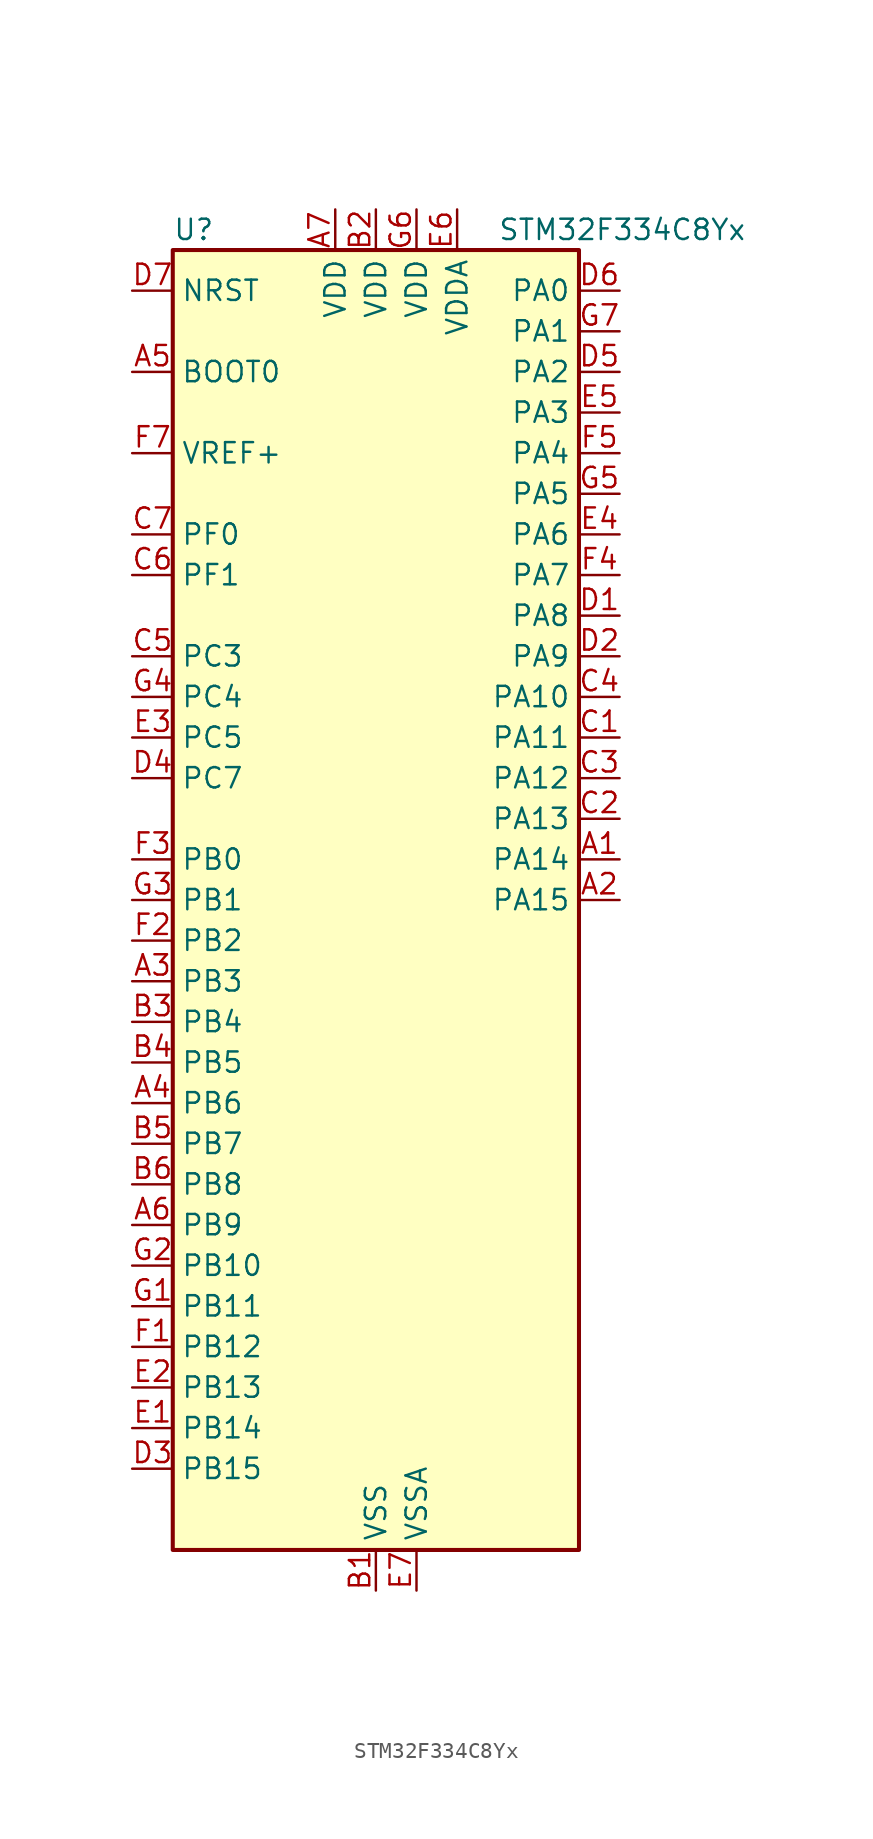
<source format=kicad_sym>
(kicad_symbol_lib
  (version 20220914)
  (generator kicad_symbol_editor)
  (symbol "STM32F334C8Yx"
    (property "Reference" "U"
      (at -12.7 41.91 0)
      (effects (font (size 1.27 1.27)) (justify left)))
    (property "Value" "STM32F334C8Yx"
      (at 7.62 41.91 0)
      (effects (font (size 1.27 1.27)) (justify left)))
    (property "ki_locked" ""
      (at 0 0 0)
      (effects (font (size 1.27 1.27))))
    (symbol "STM32F334C8Yx_0_1"
      (rectangle (start -12.7 -40.64) (end 12.7 40.64) (stroke (width 0.254) (type default)) (fill (type background))))
    (symbol "STM32F334C8Yx_1_1"
      (pin bidirectional line (at 15.24 2.54 180) (length 2.54) (name "PA14" (effects (font (size 1.27 1.27)))) (number "A1" (effects (font (size 1.27 1.27)))) (alternate "I2C1_SDA" bidirectional line) (alternate "SYS_JTCK-SWCLK" bidirectional line) (alternate "TIM1_BKIN" bidirectional line) (alternate "TSC_G4_IO4" bidirectional line) (alternate "USART2_TX" bidirectional line))
      (pin bidirectional line (at 15.24 0 180) (length 2.54) (name "PA15" (effects (font (size 1.27 1.27)))) (number "A2" (effects (font (size 1.27 1.27)))) (alternate "ADC1_EXTI15" bidirectional line) (alternate "ADC2_EXTI15" bidirectional line) (alternate "HRTIM1_FLT2" bidirectional line) (alternate "I2C1_SCL" bidirectional line) (alternate "SPI1_NSS" bidirectional line) (alternate "SYS_JTDI" bidirectional line) (alternate "TIM1_BKIN" bidirectional line) (alternate "TIM2_CH1" bidirectional line) (alternate "TIM2_ETR" bidirectional line) (alternate "TSC_SYNC" bidirectional line) (alternate "USART2_RX" bidirectional line))
      (pin bidirectional line (at -15.24 -5.08 0) (length 2.54) (name "PB3" (effects (font (size 1.27 1.27)))) (number "A3" (effects (font (size 1.27 1.27)))) (alternate "HRTIM1_EEV9" bidirectional line) (alternate "HRTIM1_SCOUT" bidirectional line) (alternate "SPI1_SCK" bidirectional line) (alternate "SYS_JTDO-TRACESWO" bidirectional line) (alternate "TIM2_CH2" bidirectional line) (alternate "TIM3_ETR" bidirectional line) (alternate "TSC_G5_IO1" bidirectional line) (alternate "USART2_TX" bidirectional line))
      (pin bidirectional line (at -15.24 -12.7 0) (length 2.54) (name "PB6" (effects (font (size 1.27 1.27)))) (number "A4" (effects (font (size 1.27 1.27)))) (alternate "HRTIM1_EEV4" bidirectional line) (alternate "HRTIM1_SCIN" bidirectional line) (alternate "I2C1_SCL" bidirectional line) (alternate "TIM16_CH1N" bidirectional line) (alternate "TSC_G5_IO3" bidirectional line) (alternate "USART1_TX" bidirectional line))
      (pin input line (at -15.24 33.02 0) (length 2.54) (name "BOOT0" (effects (font (size 1.27 1.27)))) (number "A5" (effects (font (size 1.27 1.27)))))
      (pin bidirectional line (at -15.24 -20.32 0) (length 2.54) (name "PB9" (effects (font (size 1.27 1.27)))) (number "A6" (effects (font (size 1.27 1.27)))) (alternate "CAN_TX" bidirectional line) (alternate "COMP2_OUT" bidirectional line) (alternate "DAC1_EXTI9" bidirectional line) (alternate "DAC2_EXTI9" bidirectional line) (alternate "HRTIM1_EEV5" bidirectional line) (alternate "I2C1_SDA" bidirectional line) (alternate "IR_OUT" bidirectional line) (alternate "TIM17_CH1" bidirectional line) (alternate "USART3_TX" bidirectional line))
      (pin power_in line (at -2.54 43.18 270) (length 2.54) (name "VDD" (effects (font (size 1.27 1.27)))) (number "A7" (effects (font (size 1.27 1.27)))))
      (pin power_in line (at 0 -43.18 90) (length 2.54) (name "VSS" (effects (font (size 1.27 1.27)))) (number "B1" (effects (font (size 1.27 1.27)))))
      (pin power_in line (at 0 43.18 270) (length 2.54) (name "VDD" (effects (font (size 1.27 1.27)))) (number "B2" (effects (font (size 1.27 1.27)))))
      (pin bidirectional line (at -15.24 -7.62 0) (length 2.54) (name "PB4" (effects (font (size 1.27 1.27)))) (number "B3" (effects (font (size 1.27 1.27)))) (alternate "HRTIM1_EEV7" bidirectional line) (alternate "SPI1_MISO" bidirectional line) (alternate "SYS_NJTRST" bidirectional line) (alternate "TIM16_CH1" bidirectional line) (alternate "TIM17_BKIN" bidirectional line) (alternate "TIM3_CH1" bidirectional line) (alternate "TSC_G5_IO2" bidirectional line) (alternate "USART2_RX" bidirectional line))
      (pin bidirectional line (at -15.24 -10.16 0) (length 2.54) (name "PB5" (effects (font (size 1.27 1.27)))) (number "B4" (effects (font (size 1.27 1.27)))) (alternate "HRTIM1_EEV6" bidirectional line) (alternate "I2C1_SMBA" bidirectional line) (alternate "SPI1_MOSI" bidirectional line) (alternate "TIM16_BKIN" bidirectional line) (alternate "TIM17_CH1" bidirectional line) (alternate "TIM3_CH2" bidirectional line) (alternate "USART2_CK" bidirectional line))
      (pin bidirectional line (at -15.24 -15.24 0) (length 2.54) (name "PB7" (effects (font (size 1.27 1.27)))) (number "B5" (effects (font (size 1.27 1.27)))) (alternate "HRTIM1_EEV3" bidirectional line) (alternate "I2C1_SDA" bidirectional line) (alternate "TIM17_CH1N" bidirectional line) (alternate "TIM3_CH4" bidirectional line) (alternate "TSC_G5_IO4" bidirectional line) (alternate "USART1_RX" bidirectional line))
      (pin bidirectional line (at -15.24 -17.78 0) (length 2.54) (name "PB8" (effects (font (size 1.27 1.27)))) (number "B6" (effects (font (size 1.27 1.27)))) (alternate "CAN_RX" bidirectional line) (alternate "HRTIM1_EEV8" bidirectional line) (alternate "I2C1_SCL" bidirectional line) (alternate "TIM16_CH1" bidirectional line) (alternate "TIM1_BKIN" bidirectional line) (alternate "TSC_SYNC" bidirectional line) (alternate "USART3_RX" bidirectional line))
      (pin passive line (at 0 -43.18 90) (length 2.54) hide (name "VSS" (effects (font (size 1.27 1.27)))) (number "B7" (effects (font (size 1.27 1.27)))))
      (pin bidirectional line (at 15.24 10.16 180) (length 2.54) (name "PA11" (effects (font (size 1.27 1.27)))) (number "C1" (effects (font (size 1.27 1.27)))) (alternate "ADC1_EXTI11" bidirectional line) (alternate "ADC2_EXTI11" bidirectional line) (alternate "CAN_RX" bidirectional line) (alternate "HRTIM1_CHB2" bidirectional line) (alternate "TIM1_BKIN2" bidirectional line) (alternate "TIM1_CH1N" bidirectional line) (alternate "TIM1_CH4" bidirectional line) (alternate "USART1_CTS" bidirectional line))
      (pin bidirectional line (at 15.24 5.08 180) (length 2.54) (name "PA13" (effects (font (size 1.27 1.27)))) (number "C2" (effects (font (size 1.27 1.27)))) (alternate "IR_OUT" bidirectional line) (alternate "SYS_JTMS-SWDIO" bidirectional line) (alternate "TIM16_CH1N" bidirectional line) (alternate "TSC_G4_IO3" bidirectional line) (alternate "USART3_CTS" bidirectional line))
      (pin bidirectional line (at 15.24 7.62 180) (length 2.54) (name "PA12" (effects (font (size 1.27 1.27)))) (number "C3" (effects (font (size 1.27 1.27)))) (alternate "CAN_TX" bidirectional line) (alternate "COMP2_OUT" bidirectional line) (alternate "HRTIM1_FLT1" bidirectional line) (alternate "TIM16_CH1" bidirectional line) (alternate "TIM1_CH2N" bidirectional line) (alternate "TIM1_ETR" bidirectional line) (alternate "USART1_DE" bidirectional line) (alternate "USART1_RTS" bidirectional line))
      (pin bidirectional line (at 15.24 12.7 180) (length 2.54) (name "PA10" (effects (font (size 1.27 1.27)))) (number "C4" (effects (font (size 1.27 1.27)))) (alternate "COMP6_OUT" bidirectional line) (alternate "HRTIM1_CHB1" bidirectional line) (alternate "TIM17_BKIN" bidirectional line) (alternate "TIM1_CH3" bidirectional line) (alternate "TIM2_CH4" bidirectional line) (alternate "TSC_G4_IO2" bidirectional line) (alternate "USART1_RX" bidirectional line))
      (pin bidirectional line (at -15.24 15.24 0) (length 2.54) (name "PC3" (effects (font (size 1.27 1.27)))) (number "C5" (effects (font (size 1.27 1.27)))) (alternate "ADC1_IN9" bidirectional line) (alternate "ADC2_IN9" bidirectional line) (alternate "TIM1_BKIN2" bidirectional line) (alternate "TIM1_CH4" bidirectional line))
      (pin bidirectional line (at -15.24 20.32 0) (length 2.54) (name "PF1" (effects (font (size 1.27 1.27)))) (number "C6" (effects (font (size 1.27 1.27)))) (alternate "RCC_OSC_OUT" bidirectional line))
      (pin bidirectional line (at -15.24 22.86 0) (length 2.54) (name "PF0" (effects (font (size 1.27 1.27)))) (number "C7" (effects (font (size 1.27 1.27)))) (alternate "RCC_OSC_IN" bidirectional line) (alternate "TIM1_CH3N" bidirectional line))
      (pin bidirectional line (at 15.24 17.78 180) (length 2.54) (name "PA8" (effects (font (size 1.27 1.27)))) (number "D1" (effects (font (size 1.27 1.27)))) (alternate "HRTIM1_CHA1" bidirectional line) (alternate "RCC_MCO" bidirectional line) (alternate "TIM1_CH1" bidirectional line) (alternate "USART1_CK" bidirectional line))
      (pin bidirectional line (at 15.24 15.24 180) (length 2.54) (name "PA9" (effects (font (size 1.27 1.27)))) (number "D2" (effects (font (size 1.27 1.27)))) (alternate "DAC1_EXTI9" bidirectional line) (alternate "DAC2_EXTI9" bidirectional line) (alternate "HRTIM1_CHA2" bidirectional line) (alternate "TIM15_BKIN" bidirectional line) (alternate "TIM1_CH2" bidirectional line) (alternate "TIM2_CH3" bidirectional line) (alternate "TSC_G4_IO1" bidirectional line) (alternate "USART1_TX" bidirectional line))
      (pin bidirectional line (at -15.24 -35.56 0) (length 2.54) (name "PB15" (effects (font (size 1.27 1.27)))) (number "D3" (effects (font (size 1.27 1.27)))) (alternate "ADC1_EXTI15" bidirectional line) (alternate "ADC2_EXTI15" bidirectional line) (alternate "ADC2_IN15" bidirectional line) (alternate "COMP6_INM" bidirectional line) (alternate "HRTIM1_CHD2" bidirectional line) (alternate "RTC_REFIN" bidirectional line) (alternate "TIM15_CH1N" bidirectional line) (alternate "TIM15_CH2" bidirectional line) (alternate "TIM1_CH3N" bidirectional line))
      (pin bidirectional line (at -15.24 7.62 0) (length 2.54) (name "PC7" (effects (font (size 1.27 1.27)))) (number "D4" (effects (font (size 1.27 1.27)))) (alternate "HRTIM1_FLT5" bidirectional line) (alternate "TIM3_CH2" bidirectional line))
      (pin bidirectional line (at 15.24 33.02 180) (length 2.54) (name "PA2" (effects (font (size 1.27 1.27)))) (number "D5" (effects (font (size 1.27 1.27)))) (alternate "ADC1_IN3" bidirectional line) (alternate "COMP2_INM" bidirectional line) (alternate "COMP2_OUT" bidirectional line) (alternate "TIM15_CH1" bidirectional line) (alternate "TIM2_CH3" bidirectional line) (alternate "TSC_G1_IO3" bidirectional line) (alternate "USART2_TX" bidirectional line))
      (pin bidirectional line (at 15.24 38.1 180) (length 2.54) (name "PA0" (effects (font (size 1.27 1.27)))) (number "D6" (effects (font (size 1.27 1.27)))) (alternate "ADC1_IN1" bidirectional line) (alternate "RTC_TAMP2" bidirectional line) (alternate "SYS_WKUP1" bidirectional line) (alternate "TIM2_CH1" bidirectional line) (alternate "TIM2_ETR" bidirectional line) (alternate "TSC_G1_IO1" bidirectional line) (alternate "USART2_CTS" bidirectional line))
      (pin input line (at -15.24 38.1 0) (length 2.54) (name "NRST" (effects (font (size 1.27 1.27)))) (number "D7" (effects (font (size 1.27 1.27)))))
      (pin bidirectional line (at -15.24 -33.02 0) (length 2.54) (name "PB14" (effects (font (size 1.27 1.27)))) (number "E1" (effects (font (size 1.27 1.27)))) (alternate "ADC2_IN14" bidirectional line) (alternate "HRTIM1_CHD1" bidirectional line) (alternate "OPAMP2_VINP" bidirectional line) (alternate "OPAMP2_VINP_SEC" bidirectional line) (alternate "TIM15_CH1" bidirectional line) (alternate "TIM1_CH2N" bidirectional line) (alternate "TSC_G6_IO4" bidirectional line) (alternate "USART3_DE" bidirectional line) (alternate "USART3_RTS" bidirectional line))
      (pin bidirectional line (at -15.24 -30.48 0) (length 2.54) (name "PB13" (effects (font (size 1.27 1.27)))) (number "E2" (effects (font (size 1.27 1.27)))) (alternate "ADC1_IN13" bidirectional line) (alternate "HRTIM1_CHC2" bidirectional line) (alternate "TIM1_CH1N" bidirectional line) (alternate "TSC_G6_IO3" bidirectional line) (alternate "USART3_CTS" bidirectional line))
      (pin bidirectional line (at -15.24 10.16 0) (length 2.54) (name "PC5" (effects (font (size 1.27 1.27)))) (number "E3" (effects (font (size 1.27 1.27)))) (alternate "ADC2_IN11" bidirectional line) (alternate "OPAMP2_VINM" bidirectional line) (alternate "OPAMP2_VINM_SEC" bidirectional line) (alternate "TIM15_BKIN" bidirectional line) (alternate "TSC_G3_IO1" bidirectional line) (alternate "USART1_RX" bidirectional line))
      (pin bidirectional line (at 15.24 22.86 180) (length 2.54) (name "PA6" (effects (font (size 1.27 1.27)))) (number "E4" (effects (font (size 1.27 1.27)))) (alternate "ADC2_IN3" bidirectional line) (alternate "DAC2_OUT1" bidirectional line) (alternate "OPAMP2_DIG" bidirectional line) (alternate "OPAMP2_VOUT" bidirectional line) (alternate "SPI1_MISO" bidirectional line) (alternate "TIM16_CH1" bidirectional line) (alternate "TIM1_BKIN" bidirectional line) (alternate "TIM3_CH1" bidirectional line) (alternate "TSC_G2_IO3" bidirectional line))
      (pin bidirectional line (at 15.24 30.48 180) (length 2.54) (name "PA3" (effects (font (size 1.27 1.27)))) (number "E5" (effects (font (size 1.27 1.27)))) (alternate "ADC1_IN4" bidirectional line) (alternate "TIM15_CH2" bidirectional line) (alternate "TIM2_CH4" bidirectional line) (alternate "TSC_G1_IO4" bidirectional line) (alternate "USART2_RX" bidirectional line))
      (pin power_in line (at 5.08 43.18 270) (length 2.54) (name "VDDA" (effects (font (size 1.27 1.27)))) (number "E6" (effects (font (size 1.27 1.27)))))
      (pin power_in line (at 2.54 -43.18 90) (length 2.54) (name "VSSA" (effects (font (size 1.27 1.27)))) (number "E7" (effects (font (size 1.27 1.27)))))
      (pin bidirectional line (at -15.24 -27.94 0) (length 2.54) (name "PB12" (effects (font (size 1.27 1.27)))) (number "F1" (effects (font (size 1.27 1.27)))) (alternate "ADC2_IN13" bidirectional line) (alternate "HRTIM1_CHC1" bidirectional line) (alternate "TIM1_BKIN" bidirectional line) (alternate "TSC_G6_IO2" bidirectional line) (alternate "USART3_CK" bidirectional line))
      (pin bidirectional line (at -15.24 -2.54 0) (length 2.54) (name "PB2" (effects (font (size 1.27 1.27)))) (number "F2" (effects (font (size 1.27 1.27)))) (alternate "ADC2_IN12" bidirectional line) (alternate "COMP4_INM" bidirectional line) (alternate "HRTIM1_SCIN" bidirectional line) (alternate "TSC_G3_IO4" bidirectional line))
      (pin bidirectional line (at -15.24 2.54 0) (length 2.54) (name "PB0" (effects (font (size 1.27 1.27)))) (number "F3" (effects (font (size 1.27 1.27)))) (alternate "ADC1_IN11" bidirectional line) (alternate "COMP4_INP" bidirectional line) (alternate "OPAMP2_VINP" bidirectional line) (alternate "OPAMP2_VINP_SEC" bidirectional line) (alternate "TIM1_CH2N" bidirectional line) (alternate "TIM3_CH3" bidirectional line) (alternate "TSC_G3_IO2" bidirectional line))
      (pin bidirectional line (at 15.24 20.32 180) (length 2.54) (name "PA7" (effects (font (size 1.27 1.27)))) (number "F4" (effects (font (size 1.27 1.27)))) (alternate "ADC2_IN4" bidirectional line) (alternate "COMP2_INP" bidirectional line) (alternate "OPAMP2_VINP" bidirectional line) (alternate "OPAMP2_VINP_SEC" bidirectional line) (alternate "SPI1_MOSI" bidirectional line) (alternate "TIM17_CH1" bidirectional line) (alternate "TIM1_CH1N" bidirectional line) (alternate "TIM3_CH2" bidirectional line) (alternate "TSC_G2_IO4" bidirectional line))
      (pin bidirectional line (at 15.24 27.94 180) (length 2.54) (name "PA4" (effects (font (size 1.27 1.27)))) (number "F5" (effects (font (size 1.27 1.27)))) (alternate "ADC2_IN1" bidirectional line) (alternate "COMP2_INM" bidirectional line) (alternate "COMP4_INM" bidirectional line) (alternate "COMP6_INM" bidirectional line) (alternate "DAC1_OUT1" bidirectional line) (alternate "SPI1_NSS" bidirectional line) (alternate "TIM3_CH2" bidirectional line) (alternate "TSC_G2_IO1" bidirectional line) (alternate "USART2_CK" bidirectional line))
      (pin passive line (at 0 -43.18 90) (length 2.54) hide (name "VSS" (effects (font (size 1.27 1.27)))) (number "F6" (effects (font (size 1.27 1.27)))))
      (pin input line (at -15.24 27.94 0) (length 2.54) (name "VREF+" (effects (font (size 1.27 1.27)))) (number "F7" (effects (font (size 1.27 1.27)))))
      (pin bidirectional line (at -15.24 -25.4 0) (length 2.54) (name "PB11" (effects (font (size 1.27 1.27)))) (number "G1" (effects (font (size 1.27 1.27)))) (alternate "ADC1_EXTI11" bidirectional line) (alternate "ADC2_EXTI11" bidirectional line) (alternate "COMP6_INP" bidirectional line) (alternate "HRTIM1_FLT4" bidirectional line) (alternate "TIM2_CH4" bidirectional line) (alternate "TSC_G6_IO1" bidirectional line) (alternate "USART3_RX" bidirectional line))
      (pin bidirectional line (at -15.24 -22.86 0) (length 2.54) (name "PB10" (effects (font (size 1.27 1.27)))) (number "G2" (effects (font (size 1.27 1.27)))) (alternate "HRTIM1_FLT3" bidirectional line) (alternate "TIM2_CH3" bidirectional line) (alternate "TSC_SYNC" bidirectional line) (alternate "USART3_TX" bidirectional line))
      (pin bidirectional line (at -15.24 0 0) (length 2.54) (name "PB1" (effects (font (size 1.27 1.27)))) (number "G3" (effects (font (size 1.27 1.27)))) (alternate "ADC1_IN12" bidirectional line) (alternate "COMP4_OUT" bidirectional line) (alternate "HRTIM1_SCOUT" bidirectional line) (alternate "TIM1_CH3N" bidirectional line) (alternate "TIM3_CH4" bidirectional line) (alternate "TSC_G3_IO3" bidirectional line))
      (pin bidirectional line (at -15.24 12.7 0) (length 2.54) (name "PC4" (effects (font (size 1.27 1.27)))) (number "G4" (effects (font (size 1.27 1.27)))) (alternate "ADC2_IN5" bidirectional line) (alternate "TIM1_ETR" bidirectional line) (alternate "USART1_TX" bidirectional line))
      (pin bidirectional line (at 15.24 25.4 180) (length 2.54) (name "PA5" (effects (font (size 1.27 1.27)))) (number "G5" (effects (font (size 1.27 1.27)))) (alternate "ADC2_IN2" bidirectional line) (alternate "DAC1_OUT2" bidirectional line) (alternate "OPAMP2_VINM" bidirectional line) (alternate "OPAMP2_VINM_SEC" bidirectional line) (alternate "SPI1_SCK" bidirectional line) (alternate "TIM2_CH1" bidirectional line) (alternate "TIM2_ETR" bidirectional line) (alternate "TSC_G2_IO2" bidirectional line))
      (pin power_in line (at 2.54 43.18 270) (length 2.54) (name "VDD" (effects (font (size 1.27 1.27)))) (number "G6" (effects (font (size 1.27 1.27)))))
      (pin bidirectional line (at 15.24 35.56 180) (length 2.54) (name "PA1" (effects (font (size 1.27 1.27)))) (number "G7" (effects (font (size 1.27 1.27)))) (alternate "ADC1_IN2" bidirectional line) (alternate "RTC_REFIN" bidirectional line) (alternate "TIM15_CH1N" bidirectional line) (alternate "TIM2_CH2" bidirectional line) (alternate "TSC_G1_IO2" bidirectional line) (alternate "USART2_DE" bidirectional line) (alternate "USART2_RTS" bidirectional line)))))
</source>
